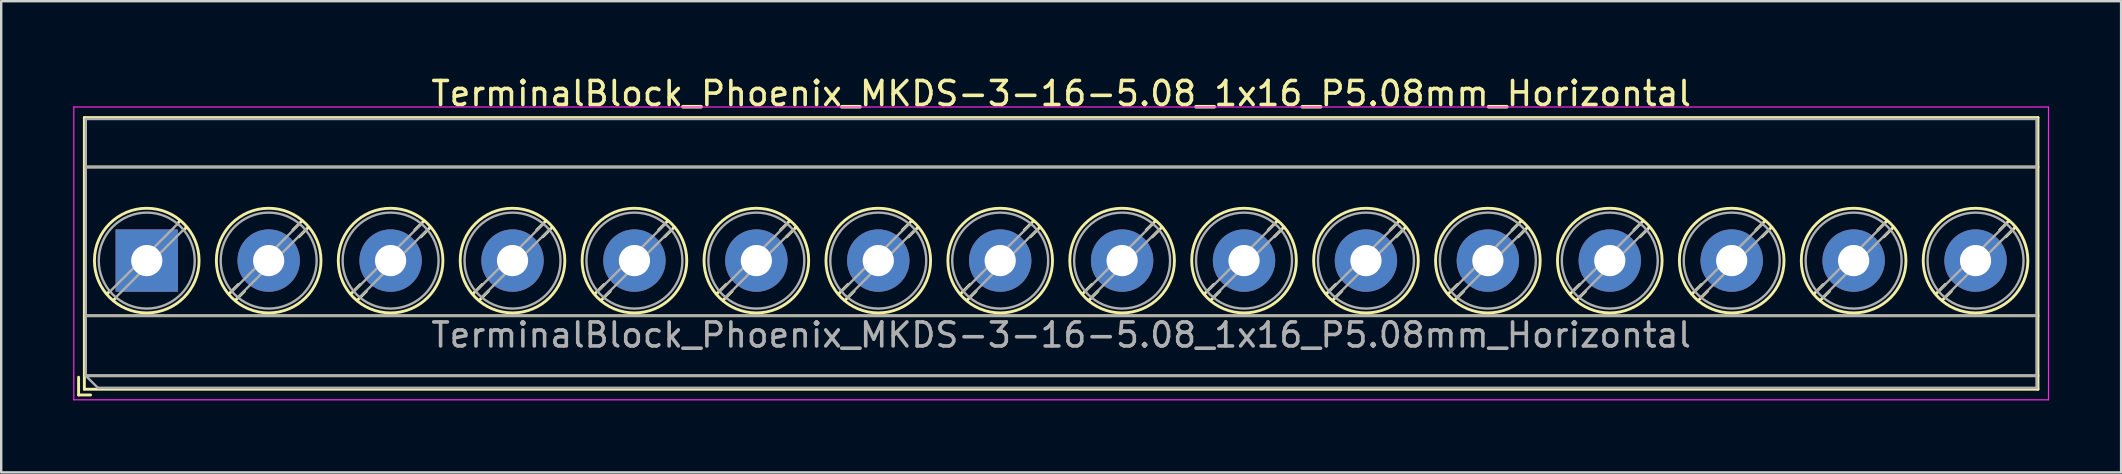
<source format=kicad_pcb>
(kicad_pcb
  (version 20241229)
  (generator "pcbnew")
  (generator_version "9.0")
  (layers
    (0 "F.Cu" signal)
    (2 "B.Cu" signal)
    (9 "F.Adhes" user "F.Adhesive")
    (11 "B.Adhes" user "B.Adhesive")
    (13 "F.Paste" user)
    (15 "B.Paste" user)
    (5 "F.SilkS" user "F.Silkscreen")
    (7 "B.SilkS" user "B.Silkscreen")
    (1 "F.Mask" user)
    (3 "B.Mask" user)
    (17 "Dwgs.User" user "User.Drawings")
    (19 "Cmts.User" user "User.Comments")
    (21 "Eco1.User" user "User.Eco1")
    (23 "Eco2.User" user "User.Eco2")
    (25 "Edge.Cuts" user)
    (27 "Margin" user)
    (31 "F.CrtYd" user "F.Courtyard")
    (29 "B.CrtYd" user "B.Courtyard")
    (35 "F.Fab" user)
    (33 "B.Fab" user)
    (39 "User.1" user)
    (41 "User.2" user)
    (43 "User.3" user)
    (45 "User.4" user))
  (footprint "TerminalBlock_Phoenix_MKDS-3-16-5.08_1x16_P5.08mm_Horizontal"
    (layer "F.Cu")
    (at 3.065 7.808)
    (property "Reference" "TerminalBlock_Phoenix_MKDS-3-16-5.08_1x16_P5.08mm_Horizontal" (at 38.1 -6.96 0) (layer "F.SilkS") (effects (font (size 1 1) (thickness 0.15))))
    (attr through_hole)
    (fp_line (start -2.84 4.86) (end -2.84 5.6) (stroke (width 0.12) (type solid)) (layer "F.SilkS"))
    (fp_line (start -2.84 5.6) (end -2.34 5.6) (stroke (width 0.12) (type solid)) (layer "F.SilkS"))
    (fp_line (start -2.6 -5.96) (end -2.6 5.36) (stroke (width 0.12) (type solid)) (layer "F.SilkS"))
    (fp_line (start -2.6 -5.96) (end 78.801 -5.96) (stroke (width 0.12) (type solid)) (layer "F.SilkS"))
    (fp_line (start -2.6 -3.9) (end 78.801 -3.9) (stroke (width 0.12) (type solid)) (layer "F.SilkS"))
    (fp_line (start -2.6 2.3) (end 78.801 2.3) (stroke (width 0.12) (type solid)) (layer "F.SilkS"))
    (fp_line (start -2.6 4.8) (end 78.801 4.8) (stroke (width 0.12) (type solid)) (layer "F.SilkS"))
    (fp_line (start -2.6 5.36) (end 78.801 5.36) (stroke (width 0.12) (type solid)) (layer "F.SilkS"))
    (fp_line (start -1.548 1.281) (end -1.654 1.388) (stroke (width 0.12) (type solid)) (layer "F.SilkS"))
    (fp_line (start -1.282 1.547) (end -1.388 1.654) (stroke (width 0.12) (type solid)) (layer "F.SilkS"))
    (fp_line (start 1.388 -1.654) (end 1.281 -1.547) (stroke (width 0.12) (type solid)) (layer "F.SilkS"))
    (fp_line (start 1.654 -1.388) (end 1.547 -1.281) (stroke (width 0.12) (type solid)) (layer "F.SilkS"))
    (fp_line (start 3.822 0.992) (end 3.427 1.388) (stroke (width 0.12) (type solid)) (layer "F.SilkS"))
    (fp_line (start 4.073 1.274) (end 3.693 1.654) (stroke (width 0.12) (type solid)) (layer "F.SilkS"))
    (fp_line (start 6.468 -1.654) (end 6.088 -1.274) (stroke (width 0.12) (type solid)) (layer "F.SilkS"))
    (fp_line (start 6.734 -1.388) (end 6.339 -0.992) (stroke (width 0.12) (type solid)) (layer "F.SilkS"))
    (fp_line (start 8.902 0.992) (end 8.507 1.388) (stroke (width 0.12) (type solid)) (layer "F.SilkS"))
    (fp_line (start 9.153 1.274) (end 8.773 1.654) (stroke (width 0.12) (type solid)) (layer "F.SilkS"))
    (fp_line (start 11.548 -1.654) (end 11.168 -1.274) (stroke (width 0.12) (type solid)) (layer "F.SilkS"))
    (fp_line (start 11.814 -1.388) (end 11.419 -0.992) (stroke (width 0.12) (type solid)) (layer "F.SilkS"))
    (fp_line (start 13.982 0.992) (end 13.587 1.388) (stroke (width 0.12) (type solid)) (layer "F.SilkS"))
    (fp_line (start 14.233 1.274) (end 13.853 1.654) (stroke (width 0.12) (type solid)) (layer "F.SilkS"))
    (fp_line (start 16.628 -1.654) (end 16.248 -1.274) (stroke (width 0.12) (type solid)) (layer "F.SilkS"))
    (fp_line (start 16.894 -1.388) (end 16.499 -0.992) (stroke (width 0.12) (type solid)) (layer "F.SilkS"))
    (fp_line (start 19.062 0.992) (end 18.667 1.388) (stroke (width 0.12) (type solid)) (layer "F.SilkS"))
    (fp_line (start 19.313 1.274) (end 18.933 1.654) (stroke (width 0.12) (type solid)) (layer "F.SilkS"))
    (fp_line (start 21.708 -1.654) (end 21.328 -1.274) (stroke (width 0.12) (type solid)) (layer "F.SilkS"))
    (fp_line (start 21.974 -1.388) (end 21.579 -0.992) (stroke (width 0.12) (type solid)) (layer "F.SilkS"))
    (fp_line (start 24.142 0.992) (end 23.747 1.388) (stroke (width 0.12) (type solid)) (layer "F.SilkS"))
    (fp_line (start 24.393 1.274) (end 24.013 1.654) (stroke (width 0.12) (type solid)) (layer "F.SilkS"))
    (fp_line (start 26.788 -1.654) (end 26.408 -1.274) (stroke (width 0.12) (type solid)) (layer "F.SilkS"))
    (fp_line (start 27.054 -1.388) (end 26.659 -0.992) (stroke (width 0.12) (type solid)) (layer "F.SilkS"))
    (fp_line (start 29.222 0.992) (end 28.827 1.388) (stroke (width 0.12) (type solid)) (layer "F.SilkS"))
    (fp_line (start 29.473 1.274) (end 29.093 1.654) (stroke (width 0.12) (type solid)) (layer "F.SilkS"))
    (fp_line (start 31.868 -1.654) (end 31.488 -1.274) (stroke (width 0.12) (type solid)) (layer "F.SilkS"))
    (fp_line (start 32.134 -1.388) (end 31.739 -0.992) (stroke (width 0.12) (type solid)) (layer "F.SilkS"))
    (fp_line (start 34.302 0.992) (end 33.907 1.388) (stroke (width 0.12) (type solid)) (layer "F.SilkS"))
    (fp_line (start 34.553 1.274) (end 34.173 1.654) (stroke (width 0.12) (type solid)) (layer "F.SilkS"))
    (fp_line (start 36.948 -1.654) (end 36.568 -1.274) (stroke (width 0.12) (type solid)) (layer "F.SilkS"))
    (fp_line (start 37.214 -1.388) (end 36.819 -0.992) (stroke (width 0.12) (type solid)) (layer "F.SilkS"))
    (fp_line (start 39.382 0.992) (end 38.987 1.388) (stroke (width 0.12) (type solid)) (layer "F.SilkS"))
    (fp_line (start 39.633 1.274) (end 39.253 1.654) (stroke (width 0.12) (type solid)) (layer "F.SilkS"))
    (fp_line (start 42.028 -1.654) (end 41.648 -1.274) (stroke (width 0.12) (type solid)) (layer "F.SilkS"))
    (fp_line (start 42.294 -1.388) (end 41.899 -0.992) (stroke (width 0.12) (type solid)) (layer "F.SilkS"))
    (fp_line (start 44.462 0.992) (end 44.067 1.388) (stroke (width 0.12) (type solid)) (layer "F.SilkS"))
    (fp_line (start 44.713 1.274) (end 44.333 1.654) (stroke (width 0.12) (type solid)) (layer "F.SilkS"))
    (fp_line (start 47.108 -1.654) (end 46.728 -1.274) (stroke (width 0.12) (type solid)) (layer "F.SilkS"))
    (fp_line (start 47.374 -1.388) (end 46.979 -0.992) (stroke (width 0.12) (type solid)) (layer "F.SilkS"))
    (fp_line (start 49.542 0.992) (end 49.147 1.388) (stroke (width 0.12) (type solid)) (layer "F.SilkS"))
    (fp_line (start 49.793 1.274) (end 49.413 1.654) (stroke (width 0.12) (type solid)) (layer "F.SilkS"))
    (fp_line (start 52.188 -1.654) (end 51.808 -1.274) (stroke (width 0.12) (type solid)) (layer "F.SilkS"))
    (fp_line (start 52.454 -1.388) (end 52.059 -0.992) (stroke (width 0.12) (type solid)) (layer "F.SilkS"))
    (fp_line (start 54.622 0.992) (end 54.227 1.388) (stroke (width 0.12) (type solid)) (layer "F.SilkS"))
    (fp_line (start 54.873 1.274) (end 54.493 1.654) (stroke (width 0.12) (type solid)) (layer "F.SilkS"))
    (fp_line (start 57.268 -1.654) (end 56.888 -1.274) (stroke (width 0.12) (type solid)) (layer "F.SilkS"))
    (fp_line (start 57.534 -1.388) (end 57.139 -0.992) (stroke (width 0.12) (type solid)) (layer "F.SilkS"))
    (fp_line (start 59.702 0.992) (end 59.307 1.388) (stroke (width 0.12) (type solid)) (layer "F.SilkS"))
    (fp_line (start 59.953 1.274) (end 59.573 1.654) (stroke (width 0.12) (type solid)) (layer "F.SilkS"))
    (fp_line (start 62.348 -1.654) (end 61.968 -1.274) (stroke (width 0.12) (type solid)) (layer "F.SilkS"))
    (fp_line (start 62.614 -1.388) (end 62.219 -0.992) (stroke (width 0.12) (type solid)) (layer "F.SilkS"))
    (fp_line (start 64.782 0.992) (end 64.387 1.388) (stroke (width 0.12) (type solid)) (layer "F.SilkS"))
    (fp_line (start 65.033 1.274) (end 64.653 1.654) (stroke (width 0.12) (type solid)) (layer "F.SilkS"))
    (fp_line (start 67.428 -1.654) (end 67.048 -1.274) (stroke (width 0.12) (type solid)) (layer "F.SilkS"))
    (fp_line (start 67.694 -1.388) (end 67.299 -0.992) (stroke (width 0.12) (type solid)) (layer "F.SilkS"))
    (fp_line (start 69.862 0.992) (end 69.467 1.388) (stroke (width 0.12) (type solid)) (layer "F.SilkS"))
    (fp_line (start 70.113 1.274) (end 69.733 1.654) (stroke (width 0.12) (type solid)) (layer "F.SilkS"))
    (fp_line (start 72.508 -1.654) (end 72.128 -1.274) (stroke (width 0.12) (type solid)) (layer "F.SilkS"))
    (fp_line (start 72.774 -1.388) (end 72.379 -0.992) (stroke (width 0.12) (type solid)) (layer "F.SilkS"))
    (fp_line (start 74.942 0.992) (end 74.547 1.388) (stroke (width 0.12) (type solid)) (layer "F.SilkS"))
    (fp_line (start 75.193 1.274) (end 74.813 1.654) (stroke (width 0.12) (type solid)) (layer "F.SilkS"))
    (fp_line (start 77.588 -1.654) (end 77.208 -1.274) (stroke (width 0.12) (type solid)) (layer "F.SilkS"))
    (fp_line (start 77.854 -1.388) (end 77.459 -0.992) (stroke (width 0.12) (type solid)) (layer "F.SilkS"))
    (fp_line (start 78.801 -5.96) (end 78.801 5.36) (stroke (width 0.12) (type solid)) (layer "F.SilkS"))
    (fp_circle (center 0 0) (end 2.18 0) (stroke (width 0.12) (type solid)) (fill no) (layer "F.SilkS"))
    (fp_circle (center 5.08 0) (end 7.26 0) (stroke (width 0.12) (type solid)) (fill no) (layer "F.SilkS"))
    (fp_circle (center 10.16 0) (end 12.34 0) (stroke (width 0.12) (type solid)) (fill no) (layer "F.SilkS"))
    (fp_circle (center 15.24 0) (end 17.42 0) (stroke (width 0.12) (type solid)) (fill no) (layer "F.SilkS"))
    (fp_circle (center 20.32 0) (end 22.5 0) (stroke (width 0.12) (type solid)) (fill no) (layer "F.SilkS"))
    (fp_circle (center 25.4 0) (end 27.58 0) (stroke (width 0.12) (type solid)) (fill no) (layer "F.SilkS"))
    (fp_circle (center 30.48 0) (end 32.66 0) (stroke (width 0.12) (type solid)) (fill no) (layer "F.SilkS"))
    (fp_circle (center 35.56 0) (end 37.74 0) (stroke (width 0.12) (type solid)) (fill no) (layer "F.SilkS"))
    (fp_circle (center 40.64 0) (end 42.82 0) (stroke (width 0.12) (type solid)) (fill no) (layer "F.SilkS"))
    (fp_circle (center 45.72 0) (end 47.9 0) (stroke (width 0.12) (type solid)) (fill no) (layer "F.SilkS"))
    (fp_circle (center 50.8 0) (end 52.98 0) (stroke (width 0.12) (type solid)) (fill no) (layer "F.SilkS"))
    (fp_circle (center 55.88 0) (end 58.06 0) (stroke (width 0.12) (type solid)) (fill no) (layer "F.SilkS"))
    (fp_circle (center 60.96 0) (end 63.14 0) (stroke (width 0.12) (type solid)) (fill no) (layer "F.SilkS"))
    (fp_circle (center 66.04 0) (end 68.22 0) (stroke (width 0.12) (type solid)) (fill no) (layer "F.SilkS"))
    (fp_circle (center 71.12 0) (end 73.3 0) (stroke (width 0.12) (type solid)) (fill no) (layer "F.SilkS"))
    (fp_circle (center 76.2 0) (end 78.38 0) (stroke (width 0.12) (type solid)) (fill no) (layer "F.SilkS"))
    (fp_line (start -3.04 -6.4) (end -3.04 5.8) (stroke (width 0.05) (type solid)) (layer "F.CrtYd"))
    (fp_line (start -3.04 5.8) (end 79.24 5.8) (stroke (width 0.05) (type solid)) (layer "F.CrtYd"))
    (fp_line (start 79.24 -6.4) (end -3.04 -6.4) (stroke (width 0.05) (type solid)) (layer "F.CrtYd"))
    (fp_line (start 79.24 5.8) (end 79.24 -6.4) (stroke (width 0.05) (type solid)) (layer "F.CrtYd"))
    (fp_line (start -2.54 -5.9) (end 78.74 -5.9) (stroke (width 0.1) (type solid)) (layer "F.Fab"))
    (fp_line (start -2.54 -3.9) (end 78.74 -3.9) (stroke (width 0.1) (type solid)) (layer "F.Fab"))
    (fp_line (start -2.54 2.3) (end 78.74 2.3) (stroke (width 0.1) (type solid)) (layer "F.Fab"))
    (fp_line (start -2.54 4.8) (end -2.54 -5.9) (stroke (width 0.1) (type solid)) (layer "F.Fab"))
    (fp_line (start -2.54 4.8) (end 78.74 4.8) (stroke (width 0.1) (type solid)) (layer "F.Fab"))
    (fp_line (start -2.04 5.3) (end -2.54 4.8) (stroke (width 0.1) (type solid)) (layer "F.Fab"))
    (fp_line (start 1.273 -1.517) (end -1.517 1.273) (stroke (width 0.1) (type solid)) (layer "F.Fab"))
    (fp_line (start 1.517 -1.273) (end -1.273 1.517) (stroke (width 0.1) (type solid)) (layer "F.Fab"))
    (fp_line (start 6.353 -1.517) (end 3.564 1.273) (stroke (width 0.1) (type solid)) (layer "F.Fab"))
    (fp_line (start 6.597 -1.273) (end 3.808 1.517) (stroke (width 0.1) (type solid)) (layer "F.Fab"))
    (fp_line (start 11.433 -1.517) (end 8.644 1.273) (stroke (width 0.1) (type solid)) (layer "F.Fab"))
    (fp_line (start 11.677 -1.273) (end 8.888 1.517) (stroke (width 0.1) (type solid)) (layer "F.Fab"))
    (fp_line (start 16.513 -1.517) (end 13.724 1.273) (stroke (width 0.1) (type solid)) (layer "F.Fab"))
    (fp_line (start 16.757 -1.273) (end 13.968 1.517) (stroke (width 0.1) (type solid)) (layer "F.Fab"))
    (fp_line (start 21.593 -1.517) (end 18.804 1.273) (stroke (width 0.1) (type solid)) (layer "F.Fab"))
    (fp_line (start 21.837 -1.273) (end 19.048 1.517) (stroke (width 0.1) (type solid)) (layer "F.Fab"))
    (fp_line (start 26.673 -1.517) (end 23.884 1.273) (stroke (width 0.1) (type solid)) (layer "F.Fab"))
    (fp_line (start 26.917 -1.273) (end 24.128 1.517) (stroke (width 0.1) (type solid)) (layer "F.Fab"))
    (fp_line (start 31.753 -1.517) (end 28.964 1.273) (stroke (width 0.1) (type solid)) (layer "F.Fab"))
    (fp_line (start 31.997 -1.273) (end 29.208 1.517) (stroke (width 0.1) (type solid)) (layer "F.Fab"))
    (fp_line (start 36.833 -1.517) (end 34.044 1.273) (stroke (width 0.1) (type solid)) (layer "F.Fab"))
    (fp_line (start 37.077 -1.273) (end 34.288 1.517) (stroke (width 0.1) (type solid)) (layer "F.Fab"))
    (fp_line (start 41.913 -1.517) (end 39.124 1.273) (stroke (width 0.1) (type solid)) (layer "F.Fab"))
    (fp_line (start 42.157 -1.273) (end 39.368 1.517) (stroke (width 0.1) (type solid)) (layer "F.Fab"))
    (fp_line (start 46.993 -1.517) (end 44.204 1.273) (stroke (width 0.1) (type solid)) (layer "F.Fab"))
    (fp_line (start 47.237 -1.273) (end 44.448 1.517) (stroke (width 0.1) (type solid)) (layer "F.Fab"))
    (fp_line (start 52.073 -1.517) (end 49.284 1.273) (stroke (width 0.1) (type solid)) (layer "F.Fab"))
    (fp_line (start 52.317 -1.273) (end 49.528 1.517) (stroke (width 0.1) (type solid)) (layer "F.Fab"))
    (fp_line (start 57.153 -1.517) (end 54.364 1.273) (stroke (width 0.1) (type solid)) (layer "F.Fab"))
    (fp_line (start 57.397 -1.273) (end 54.608 1.517) (stroke (width 0.1) (type solid)) (layer "F.Fab"))
    (fp_line (start 62.233 -1.517) (end 59.444 1.273) (stroke (width 0.1) (type solid)) (layer "F.Fab"))
    (fp_line (start 62.477 -1.273) (end 59.688 1.517) (stroke (width 0.1) (type solid)) (layer "F.Fab"))
    (fp_line (start 67.313 -1.517) (end 64.524 1.273) (stroke (width 0.1) (type solid)) (layer "F.Fab"))
    (fp_line (start 67.557 -1.273) (end 64.768 1.517) (stroke (width 0.1) (type solid)) (layer "F.Fab"))
    (fp_line (start 72.393 -1.517) (end 69.604 1.273) (stroke (width 0.1) (type solid)) (layer "F.Fab"))
    (fp_line (start 72.637 -1.273) (end 69.848 1.517) (stroke (width 0.1) (type solid)) (layer "F.Fab"))
    (fp_line (start 77.473 -1.517) (end 74.684 1.273) (stroke (width 0.1) (type solid)) (layer "F.Fab"))
    (fp_line (start 77.717 -1.273) (end 74.928 1.517) (stroke (width 0.1) (type solid)) (layer "F.Fab"))
    (fp_line (start 78.74 -5.9) (end 78.74 5.3) (stroke (width 0.1) (type solid)) (layer "F.Fab"))
    (fp_line (start 78.74 5.3) (end -2.04 5.3) (stroke (width 0.1) (type solid)) (layer "F.Fab"))
    (fp_circle (center 0 0) (end 2 0) (stroke (width 0.1) (type solid)) (fill no) (layer "F.Fab"))
    (fp_circle (center 5.08 0) (end 7.08 0) (stroke (width 0.1) (type solid)) (fill no) (layer "F.Fab"))
    (fp_circle (center 10.16 0) (end 12.16 0) (stroke (width 0.1) (type solid)) (fill no) (layer "F.Fab"))
    (fp_circle (center 15.24 0) (end 17.24 0) (stroke (width 0.1) (type solid)) (fill no) (layer "F.Fab"))
    (fp_circle (center 20.32 0) (end 22.32 0) (stroke (width 0.1) (type solid)) (fill no) (layer "F.Fab"))
    (fp_circle (center 25.4 0) (end 27.4 0) (stroke (width 0.1) (type solid)) (fill no) (layer "F.Fab"))
    (fp_circle (center 30.48 0) (end 32.48 0) (stroke (width 0.1) (type solid)) (fill no) (layer "F.Fab"))
    (fp_circle (center 35.56 0) (end 37.56 0) (stroke (width 0.1) (type solid)) (fill no) (layer "F.Fab"))
    (fp_circle (center 40.64 0) (end 42.64 0) (stroke (width 0.1) (type solid)) (fill no) (layer "F.Fab"))
    (fp_circle (center 45.72 0) (end 47.72 0) (stroke (width 0.1) (type solid)) (fill no) (layer "F.Fab"))
    (fp_circle (center 50.8 0) (end 52.8 0) (stroke (width 0.1) (type solid)) (fill no) (layer "F.Fab"))
    (fp_circle (center 55.88 0) (end 57.88 0) (stroke (width 0.1) (type solid)) (fill no) (layer "F.Fab"))
    (fp_circle (center 60.96 0) (end 62.96 0) (stroke (width 0.1) (type solid)) (fill no) (layer "F.Fab"))
    (fp_circle (center 66.04 0) (end 68.04 0) (stroke (width 0.1) (type solid)) (fill no) (layer "F.Fab"))
    (fp_circle (center 71.12 0) (end 73.12 0) (stroke (width 0.1) (type solid)) (fill no) (layer "F.Fab"))
    (fp_circle (center 76.2 0) (end 78.2 0) (stroke (width 0.1) (type solid)) (fill no) (layer "F.Fab"))
    (fp_text user "${REFERENCE}" (at 38.1 3.1 0) (layer "F.Fab") (effects (font (size 1 1) (thickness 0.15))))
    (pad "1" thru_hole rect (at 0 0) (size 2.6 2.6) (drill 1.3) (layers "*.Cu" "*.Mask"))
    (pad "2" thru_hole circle (at 5.08 0) (size 2.6 2.6) (drill 1.3) (layers "*.Cu" "*.Mask"))
    (pad "3" thru_hole circle (at 10.16 0) (size 2.6 2.6) (drill 1.3) (layers "*.Cu" "*.Mask"))
    (pad "4" thru_hole circle (at 15.24 0) (size 2.6 2.6) (drill 1.3) (layers "*.Cu" "*.Mask"))
    (pad "5" thru_hole circle (at 20.32 0) (size 2.6 2.6) (drill 1.3) (layers "*.Cu" "*.Mask"))
    (pad "6" thru_hole circle (at 25.4 0) (size 2.6 2.6) (drill 1.3) (layers "*.Cu" "*.Mask"))
    (pad "7" thru_hole circle (at 30.48 0) (size 2.6 2.6) (drill 1.3) (layers "*.Cu" "*.Mask"))
    (pad "8" thru_hole circle (at 35.56 0) (size 2.6 2.6) (drill 1.3) (layers "*.Cu" "*.Mask"))
    (pad "9" thru_hole circle (at 40.64 0) (size 2.6 2.6) (drill 1.3) (layers "*.Cu" "*.Mask"))
    (pad "10" thru_hole circle (at 45.72 0) (size 2.6 2.6) (drill 1.3) (layers "*.Cu" "*.Mask"))
    (pad "11" thru_hole circle (at 50.8 0) (size 2.6 2.6) (drill 1.3) (layers "*.Cu" "*.Mask"))
    (pad "12" thru_hole circle (at 55.88 0) (size 2.6 2.6) (drill 1.3) (layers "*.Cu" "*.Mask"))
    (pad "13" thru_hole circle (at 60.96 0) (size 2.6 2.6) (drill 1.3) (layers "*.Cu" "*.Mask"))
    (pad "14" thru_hole circle (at 66.04 0) (size 2.6 2.6) (drill 1.3) (layers "*.Cu" "*.Mask"))
    (pad "15" thru_hole circle (at 71.12 0) (size 2.6 2.6) (drill 1.3) (layers "*.Cu" "*.Mask"))
    (pad "16" thru_hole circle (at 76.2 0) (size 2.6 2.6) (drill 1.3) (layers "*.Cu" "*.Mask")))
  (gr_rect
    (start -3 -3)
    (end 85.33 16.633)
    (stroke (width 0.1) (type default))
    (fill no)
    (layer "Edge.Cuts")))
</source>
